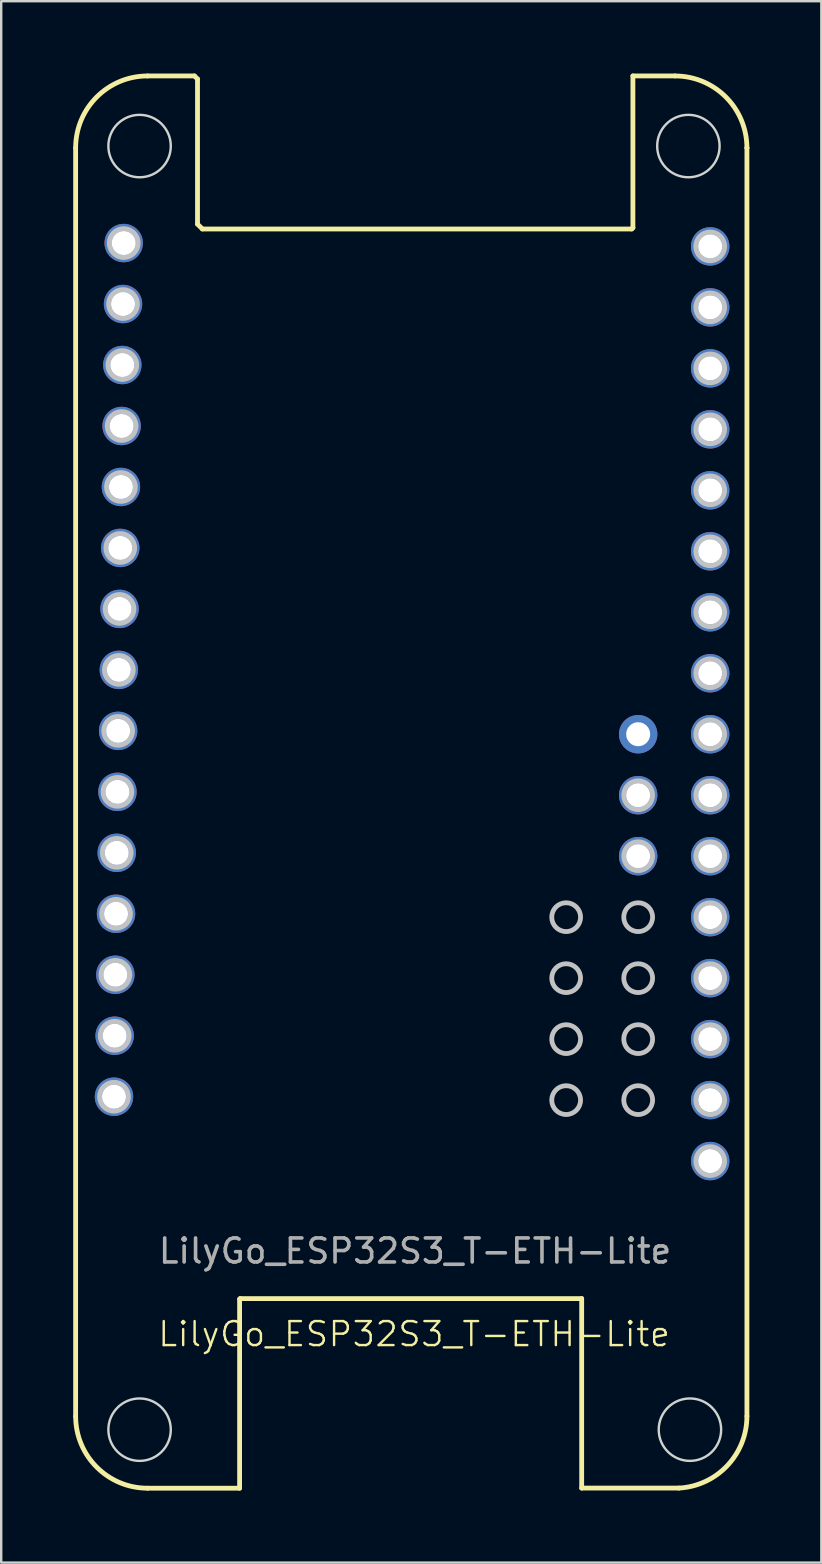
<source format=kicad_pcb>
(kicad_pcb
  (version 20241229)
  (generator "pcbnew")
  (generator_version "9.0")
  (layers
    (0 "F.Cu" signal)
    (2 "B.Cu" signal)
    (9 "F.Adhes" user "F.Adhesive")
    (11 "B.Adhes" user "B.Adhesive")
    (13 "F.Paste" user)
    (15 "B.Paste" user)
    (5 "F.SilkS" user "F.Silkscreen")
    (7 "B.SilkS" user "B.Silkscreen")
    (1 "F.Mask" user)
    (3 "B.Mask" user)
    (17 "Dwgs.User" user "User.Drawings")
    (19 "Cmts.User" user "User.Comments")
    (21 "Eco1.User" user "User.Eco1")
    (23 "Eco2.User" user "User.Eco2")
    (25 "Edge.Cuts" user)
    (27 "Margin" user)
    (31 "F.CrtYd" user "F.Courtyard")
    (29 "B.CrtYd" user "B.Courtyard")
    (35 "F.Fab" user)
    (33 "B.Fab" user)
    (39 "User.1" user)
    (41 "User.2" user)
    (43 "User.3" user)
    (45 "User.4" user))
  (footprint "LilyGo_ESP32S3_T-ETH-Lite"
    (layer "F.Cu")
    (at 14.199 53.02)
    (property "Reference" "LilyGo_ESP32S3_T-ETH-Lite" (at 0 -0.5 0) (unlocked yes) (layer "F.SilkS") (effects (font (size 1 1) (thickness 0.1))))
    (attr through_hole)
    (fp_line (start -14.099 2.922) (end -14.099 -49.91) (stroke (width 0.2) (type default)) (layer "F.SilkS"))
    (fp_line (start -11.102 -52.906) (end -9.148 -52.906) (stroke (width 0.2) (type default)) (layer "F.SilkS"))
    (fp_line (start -11.102 5.919) (end -7.269 5.919) (stroke (width 0.2) (type default)) (layer "F.SilkS"))
    (fp_line (start -9.148 -52.906) (end -9.022 -52.78) (stroke (width 0.2) (type default)) (layer "F.SilkS"))
    (fp_line (start -9.022 -46.735) (end -9.022 -52.78) (stroke (width 0.2) (type default)) (layer "F.SilkS"))
    (fp_line (start -9.022 -46.735) (end -8.819 -46.532) (stroke (width 0.2) (type default)) (layer "F.SilkS"))
    (fp_line (start -8.819 -46.532) (end 9.063 -46.532) (stroke (width 0.2) (type default)) (layer "F.SilkS"))
    (fp_line (start -7.269 -1.955) (end -7.244 -1.98) (stroke (width 0.2) (type default)) (layer "F.SilkS"))
    (fp_line (start -7.269 5.919) (end -7.269 -1.955) (stroke (width 0.2) (type default)) (layer "F.SilkS"))
    (fp_line (start -7.244 -1.98) (end 6.98 -1.98) (stroke (width 0.2) (type default)) (layer "F.SilkS"))
    (fp_line (start 6.98 5.914) (end 6.98 -1.98) (stroke (width 0.2) (type default)) (layer "F.SilkS"))
    (fp_line (start 6.98 5.914) (end 11.031 5.914) (stroke (width 0.2) (type default)) (layer "F.SilkS"))
    (fp_line (start 9.063 -46.532) (end 9.114 -46.582) (stroke (width 0.2) (type default)) (layer "F.SilkS"))
    (fp_line (start 9.114 -52.907) (end 10.866 -52.907) (stroke (width 0.2) (type default)) (layer "F.SilkS"))
    (fp_line (start 9.114 -46.582) (end 9.114 -52.907) (stroke (width 0.2) (type default)) (layer "F.SilkS"))
    (fp_line (start 13.863 -49.91) (end 13.863 -49.91) (stroke (width 0.2) (type default)) (layer "F.SilkS"))
    (fp_line (start 13.863 2.922) (end 13.863 -49.91) (stroke (width 0.2) (type default)) (layer "F.SilkS"))
    (fp_arc (start -14.098548 -49.909801) (mid -13.22088 -52.028679) (end -11.102002 -52.906347) (stroke (width 0.2) (type default)) (layer "F.SilkS"))
    (fp_arc (start -11.102002 5.918948) (mid -13.22088 5.04128) (end -14.098548 2.922402) (stroke (width 0.2) (type default)) (layer "F.SilkS"))
    (fp_arc (start 10.865983 -52.906548) (mid 12.984867 -52.028879) (end 13.862547 -49.91) (stroke (width 0.2) (type default)) (layer "F.SilkS"))
    (fp_arc (start 13.862547 2.922019) (mid 13.042414 4.981747) (end 11.030946 5.914) (stroke (width 0.2) (type default)) (layer "F.SilkS"))
    (fp_circle (center -12.501 -10.388) (end -11.901 -10.388) (stroke (width 0.2) (type default)) (fill no) (layer "Dwgs.User"))
    (fp_circle (center -12.473 -12.928) (end -11.873 -12.928) (stroke (width 0.2) (type default)) (fill no) (layer "Dwgs.User"))
    (fp_circle (center -12.444 -15.468) (end -11.844 -15.468) (stroke (width 0.2) (type default)) (fill no) (layer "Dwgs.User"))
    (fp_circle (center -12.415 -18.008) (end -11.815 -18.008) (stroke (width 0.2) (type default)) (fill no) (layer "Dwgs.User"))
    (fp_circle (center -12.386 -20.547) (end -11.786 -20.547) (stroke (width 0.2) (type default)) (fill no) (layer "Dwgs.User"))
    (fp_circle (center -12.357 -23.087) (end -11.757 -23.087) (stroke (width 0.2) (type default)) (fill no) (layer "Dwgs.User"))
    (fp_circle (center -12.328 -25.627) (end -11.728 -25.627) (stroke (width 0.2) (type default)) (fill no) (layer "Dwgs.User"))
    (fp_circle (center -12.299 -28.167) (end -11.699 -28.167) (stroke (width 0.2) (type default)) (fill no) (layer "Dwgs.User"))
    (fp_circle (center -12.27 -30.707) (end -11.67 -30.707) (stroke (width 0.2) (type default)) (fill no) (layer "Dwgs.User"))
    (fp_circle (center -12.241 -33.247) (end -11.641 -33.247) (stroke (width 0.2) (type default)) (fill no) (layer "Dwgs.User"))
    (fp_circle (center -12.212 -35.786) (end -11.612 -35.786) (stroke (width 0.2) (type default)) (fill no) (layer "Dwgs.User"))
    (fp_circle (center -12.183 -38.326) (end -11.583 -38.326) (stroke (width 0.2) (type default)) (fill no) (layer "Dwgs.User"))
    (fp_circle (center -12.154 -40.866) (end -11.554 -40.866) (stroke (width 0.2) (type default)) (fill no) (layer "Dwgs.User"))
    (fp_circle (center -12.125 -43.406) (end -11.525 -43.406) (stroke (width 0.2) (type default)) (fill no) (layer "Dwgs.User"))
    (fp_circle (center -12.096 -45.946) (end -11.496 -45.946) (stroke (width 0.2) (type default)) (fill no) (layer "Dwgs.User"))
    (fp_circle (center 6.333 -17.867) (end 6.933 -17.867) (stroke (width 0.2) (type default)) (fill no) (layer "Dwgs.User"))
    (fp_circle (center 6.333 -15.327) (end 6.933 -15.327) (stroke (width 0.2) (type default)) (fill no) (layer "Dwgs.User"))
    (fp_circle (center 6.333 -12.787) (end 6.933 -12.787) (stroke (width 0.2) (type default)) (fill no) (layer "Dwgs.User"))
    (fp_circle (center 6.333 -10.247) (end 6.933 -10.247) (stroke (width 0.2) (type default)) (fill no) (layer "Dwgs.User"))
    (fp_circle (center 9.333 -22.947) (end 9.933 -22.947) (stroke (width 0.2) (type default)) (fill no) (layer "Dwgs.User"))
    (fp_circle (center 9.333 -12.787) (end 9.933 -12.787) (stroke (width 0.2) (type default)) (fill no) (layer "Dwgs.User"))
    (fp_circle (center 9.333 -20.407) (end 9.933 -20.407) (stroke (width 0.2) (type default)) (fill no) (layer "Dwgs.User"))
    (fp_circle (center 9.333 -17.867) (end 9.933 -17.867) (stroke (width 0.2) (type default)) (fill no) (layer "Dwgs.User"))
    (fp_circle (center 9.333 -15.327) (end 9.933 -15.327) (stroke (width 0.2) (type default)) (fill no) (layer "Dwgs.User"))
    (fp_circle (center 9.333 -10.247) (end 9.933 -10.247) (stroke (width 0.2) (type default)) (fill no) (layer "Dwgs.User"))
    (fp_circle (center 12.333 -45.807) (end 12.933 -45.807) (stroke (width 0.2) (type default)) (fill no) (layer "Dwgs.User"))
    (fp_circle (center 12.333 -43.267) (end 12.933 -43.267) (stroke (width 0.2) (type default)) (fill no) (layer "Dwgs.User"))
    (fp_circle (center 12.333 -40.727) (end 12.933 -40.727) (stroke (width 0.2) (type default)) (fill no) (layer "Dwgs.User"))
    (fp_circle (center 12.333 -38.187) (end 12.933 -38.187) (stroke (width 0.2) (type default)) (fill no) (layer "Dwgs.User"))
    (fp_circle (center 12.333 -35.647) (end 12.933 -35.647) (stroke (width 0.2) (type default)) (fill no) (layer "Dwgs.User"))
    (fp_circle (center 12.333 -33.107) (end 12.933 -33.107) (stroke (width 0.2) (type default)) (fill no) (layer "Dwgs.User"))
    (fp_circle (center 12.333 -30.567) (end 12.933 -30.567) (stroke (width 0.2) (type default)) (fill no) (layer "Dwgs.User"))
    (fp_circle (center 12.333 -28.027) (end 12.933 -28.027) (stroke (width 0.2) (type default)) (fill no) (layer "Dwgs.User"))
    (fp_circle (center 12.333 -25.487) (end 12.933 -25.487) (stroke (width 0.2) (type default)) (fill no) (layer "Dwgs.User"))
    (fp_circle (center 12.333 -22.947) (end 12.933 -22.947) (stroke (width 0.2) (type default)) (fill no) (layer "Dwgs.User"))
    (fp_circle (center 12.333 -20.407) (end 12.933 -20.407) (stroke (width 0.2) (type default)) (fill no) (layer "Dwgs.User"))
    (fp_circle (center 12.333 -17.867) (end 12.933 -17.867) (stroke (width 0.2) (type default)) (fill no) (layer "Dwgs.User"))
    (fp_circle (center 12.333 -15.327) (end 12.933 -15.327) (stroke (width 0.2) (type default)) (fill no) (layer "Dwgs.User"))
    (fp_circle (center 12.333 -12.787) (end 12.933 -12.787) (stroke (width 0.2) (type default)) (fill no) (layer "Dwgs.User"))
    (fp_circle (center 12.333 -10.247) (end 12.933 -10.247) (stroke (width 0.2) (type default)) (fill no) (layer "Dwgs.User"))
    (fp_circle (center 12.333 -7.707) (end 12.933 -7.707) (stroke (width 0.2) (type default)) (fill no) (layer "Dwgs.User"))
    (fp_circle (center -11.435 -49.986) (end -10.135 -49.986) (stroke (width 0.1) (type default)) (fill no) (layer "Edge.Cuts"))
    (fp_circle (center -11.435 3.481) (end -10.135 3.481) (stroke (width 0.1) (type default)) (fill no) (layer "Edge.Cuts"))
    (fp_circle (center 11.425 -49.986) (end 12.725 -49.986) (stroke (width 0.1) (type default)) (fill no) (layer "Edge.Cuts"))
    (fp_circle (center 11.489 3.481) (end 12.789 3.481) (stroke (width 0.1) (type default)) (fill no) (layer "Edge.Cuts"))
    (fp_text user "${REFERENCE}" (at 0.04 -3.96 0) (unlocked yes) (layer "F.Fab") (effects (font (size 1 1) (thickness 0.15))))
    (pad "1" thru_hole circle (at -12.096 -45.946) (size 1.6 1.6) (drill 1) (layers "*.Cu" "*.Mask"))
    (pad "2" thru_hole circle (at -12.125 -43.406) (size 1.6 1.6) (drill 1) (layers "*.Cu" "*.Mask"))
    (pad "3" thru_hole circle (at -12.154 -40.866) (size 1.6 1.6) (drill 1) (layers "*.Cu" "*.Mask"))
    (pad "4" thru_hole circle (at -12.183 -38.326) (size 1.6 1.6) (drill 1) (layers "*.Cu" "*.Mask"))
    (pad "5" thru_hole circle (at -12.212 -35.786) (size 1.6 1.6) (drill 1) (layers "*.Cu" "*.Mask"))
    (pad "6" thru_hole circle (at -12.241 -33.247) (size 1.6 1.6) (drill 1) (layers "*.Cu" "*.Mask"))
    (pad "7" thru_hole circle (at -12.27 -30.707) (size 1.6 1.6) (drill 1) (layers "*.Cu" "*.Mask"))
    (pad "8" thru_hole circle (at -12.299 -28.167) (size 1.6 1.6) (drill 1) (layers "*.Cu" "*.Mask"))
    (pad "9" thru_hole circle (at -12.328 -25.627) (size 1.6 1.6) (drill 1) (layers "*.Cu" "*.Mask"))
    (pad "10" thru_hole circle (at -12.357 -23.087) (size 1.6 1.6) (drill 1) (layers "*.Cu" "*.Mask"))
    (pad "11" thru_hole circle (at -12.386 -20.547) (size 1.6 1.6) (drill 1) (layers "*.Cu" "*.Mask"))
    (pad "12" thru_hole circle (at -12.415 -18.008) (size 1.6 1.6) (drill 1) (layers "*.Cu" "*.Mask"))
    (pad "13" thru_hole circle (at -12.444 -15.468) (size 1.6 1.6) (drill 1) (layers "*.Cu" "*.Mask"))
    (pad "14" thru_hole circle (at -12.473 -12.928) (size 1.6 1.6) (drill 1) (layers "*.Cu" "*.Mask"))
    (pad "15" thru_hole circle (at -12.501 -10.388) (size 1.6 1.6) (drill 1) (layers "*.Cu" "*.Mask"))
    (pad "16" thru_hole circle (at 12.333 -45.807) (size 1.6 1.6) (drill 1) (layers "*.Cu" "*.Mask"))
    (pad "17" thru_hole circle (at 12.333 -43.267) (size 1.6 1.6) (drill 1) (layers "*.Cu" "*.Mask"))
    (pad "18" thru_hole circle (at 12.333 -40.727) (size 1.6 1.6) (drill 1) (layers "*.Cu" "*.Mask"))
    (pad "19" thru_hole circle (at 12.333 -38.187) (size 1.6 1.6) (drill 1) (layers "*.Cu" "*.Mask"))
    (pad "20" thru_hole circle (at 12.333 -35.647) (size 1.6 1.6) (drill 1) (layers "*.Cu" "*.Mask"))
    (pad "21" thru_hole circle (at 12.333 -33.107) (size 1.6 1.6) (drill 1) (layers "*.Cu" "*.Mask"))
    (pad "22" thru_hole circle (at 12.333 -30.567) (size 1.6 1.6) (drill 1) (layers "*.Cu" "*.Mask"))
    (pad "23" thru_hole circle (at 12.333 -28.027) (size 1.6 1.6) (drill 1) (layers "*.Cu" "*.Mask"))
    (pad "24" thru_hole circle (at 12.333 -25.487) (size 1.6 1.6) (drill 1) (layers "*.Cu" "*.Mask"))
    (pad "25" thru_hole circle (at 12.333 -22.947) (size 1.6 1.6) (drill 1) (layers "*.Cu" "*.Mask"))
    (pad "26" thru_hole circle (at 12.333 -20.407) (size 1.6 1.6) (drill 1) (layers "*.Cu" "*.Mask"))
    (pad "27" thru_hole circle (at 12.333 -17.867) (size 1.6 1.6) (drill 1) (layers "*.Cu" "*.Mask"))
    (pad "28" thru_hole circle (at 12.333 -15.327) (size 1.6 1.6) (drill 1) (layers "*.Cu" "*.Mask"))
    (pad "29" thru_hole circle (at 12.333 -12.787) (size 1.6 1.6) (drill 1) (layers "*.Cu" "*.Mask"))
    (pad "30" thru_hole circle (at 12.333 -10.247) (size 1.6 1.6) (drill 1) (layers "*.Cu" "*.Mask"))
    (pad "31" thru_hole circle (at 12.333 -7.707) (size 1.6 1.6) (drill 1) (layers "*.Cu" "*.Mask"))
    (pad "32" thru_hole circle (at 9.333 -25.487) (size 1.6 1.6) (drill 1) (layers "*.Cu" "*.Mask"))
    (pad "33" thru_hole circle (at 9.333 -22.947) (size 1.6 1.6) (drill 1) (layers "*.Cu" "*.Mask"))
    (pad "34" thru_hole circle (at 9.333 -20.407) (size 1.6 1.6) (drill 1) (layers "*.Cu" "*.Mask"))
    (zone (net_name "") (layers "F.Cu" "B.Cu" "Dwgs.User") (name "Antenna") (hatch edge 0.5) (connect_pads) (min_thickness 0.25) (filled_areas_thickness no) (keepout (tracks not_allowed) (vias not_allowed) (pads not_allowed) (copperpour not_allowed) (footprints not_allowed)) (placement (enabled no)) (fill) (polygon (pts (xy 5.019 0) (xy 23.409 0) (xy 23.409 6.59) (xy 5.079 6.59)))))
  (gr_rect
    (start -3 -3)
    (end 31.161 62.039)
    (stroke (width 0.1) (type default))
    (fill no)
    (layer "Edge.Cuts")))
</source>
